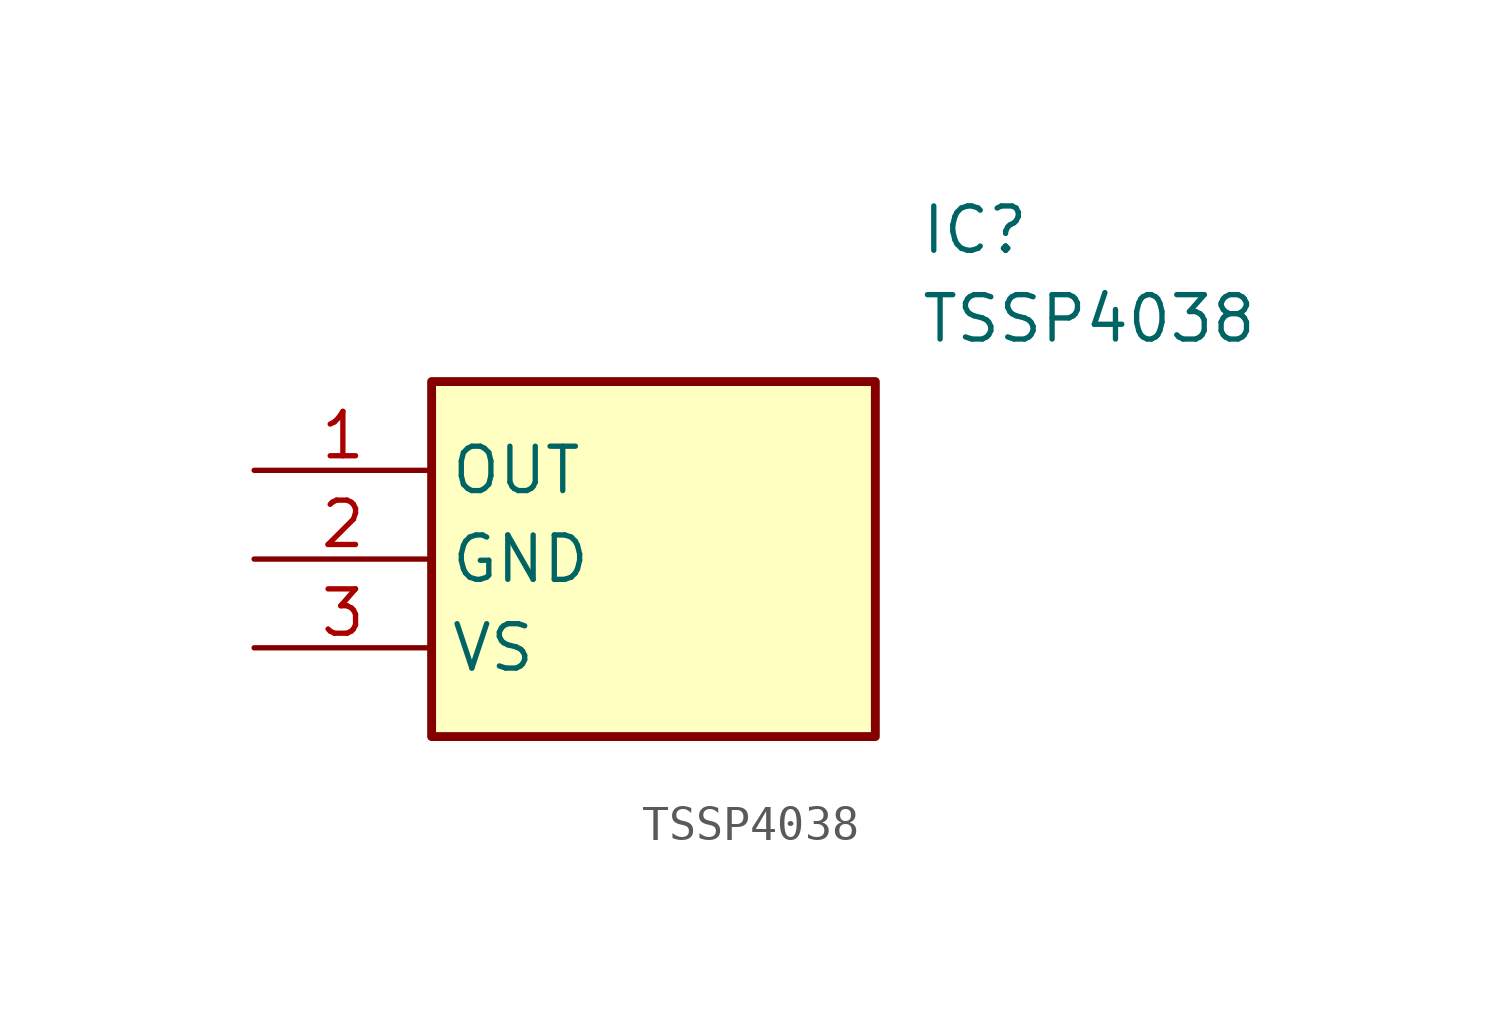
<source format=kicad_sym>
(kicad_symbol_lib
  (version 20231120)
  (generator "kicad_symbol_editor")
  (generator_version "8.0")
  (symbol "TSSP4038"
    (property "Reference" "IC"
      (at 19.05 7.62 0)
      (effects (font (size 1.27 1.27)) (justify left top)))
    (property "Value" "TSSP4038"
      (at 19.05 5.08 0)
      (effects (font (size 1.27 1.27)) (justify left top)))
    (symbol "TSSP4038_1_1"
      (rectangle (start 5.08 2.54) (end 17.78 -7.62) (stroke (width 0.254) (type default)) (fill (type background)))
      (pin passive line (at 0 0 0) (length 5.08) (name "OUT" (effects (font (size 1.27 1.27)))) (number "1" (effects (font (size 1.27 1.27)))))
      (pin passive line (at 0 -2.54 0) (length 5.08) (name "GND" (effects (font (size 1.27 1.27)))) (number "2" (effects (font (size 1.27 1.27)))))
      (pin passive line (at 0 -5.08 0) (length 5.08) (name "VS" (effects (font (size 1.27 1.27)))) (number "3" (effects (font (size 1.27 1.27))))))))
</source>
